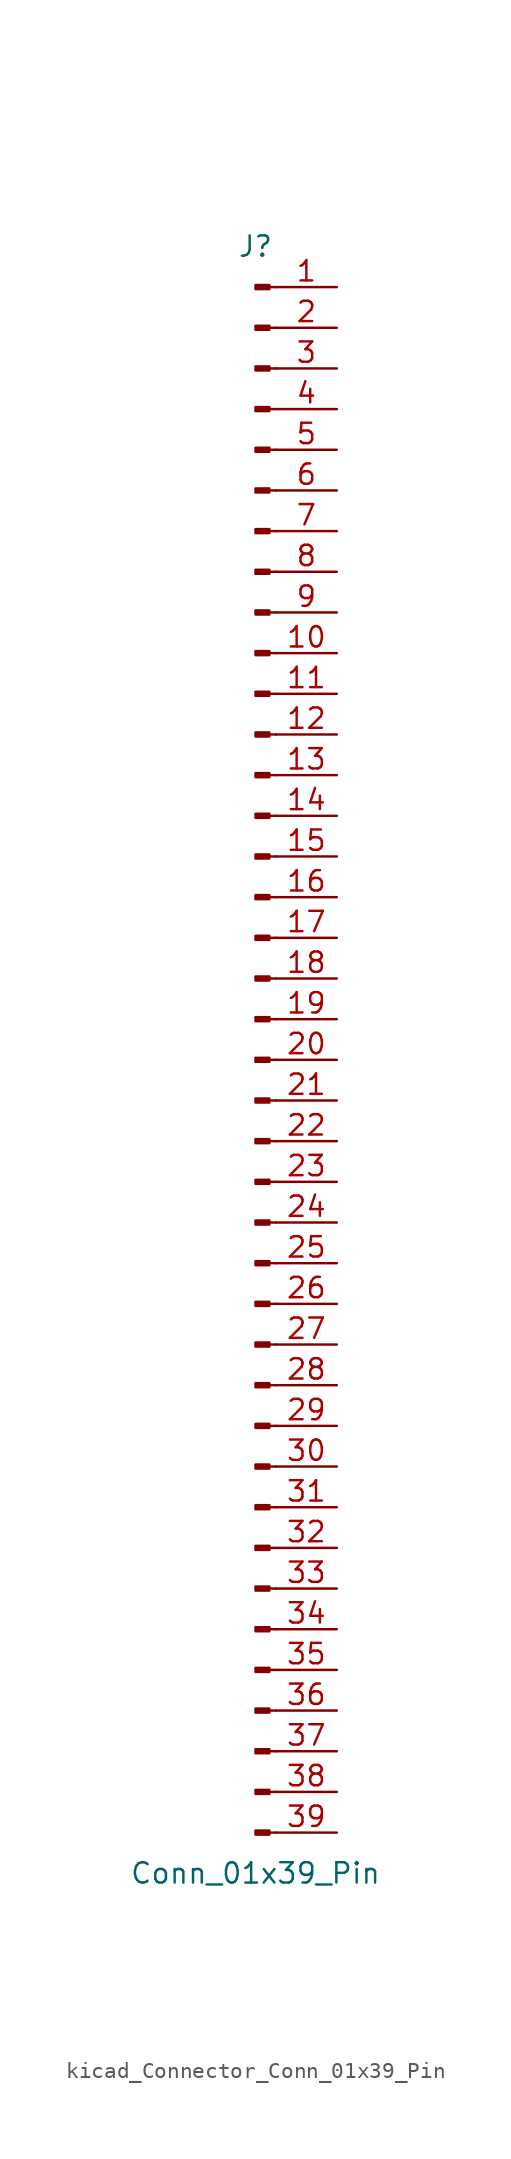
<source format=kicad_sym>
(kicad_symbol_lib
  (version 20220914)
  (generator kicad_symbol_editor)
  (symbol "kicad_Connector_Conn_01x39_Pin"
    (pin_names
      (offset 1.016) hide)
    (property "Reference" "J"
      (at 0 50.8 0)
      (effects (font (size 1.27 1.27))))
    (property "Value" "Conn_01x39_Pin"
      (at 0 -50.8 0)
      (effects (font (size 1.27 1.27))))
    (property "ki_locked" ""
      (at 0 0 0)
      (effects (font (size 1.27 1.27))))
    (symbol "kicad_Connector_Conn_01x39_Pin_1_1"
      (polyline (pts (xy 1.27 -48.26) (xy 0.864 -48.26)) (stroke (width 0.152) (type default)) (fill (type none)))
      (polyline (pts (xy 1.27 -45.72) (xy 0.864 -45.72)) (stroke (width 0.152) (type default)) (fill (type none)))
      (polyline (pts (xy 1.27 -43.18) (xy 0.864 -43.18)) (stroke (width 0.152) (type default)) (fill (type none)))
      (polyline (pts (xy 1.27 -40.64) (xy 0.864 -40.64)) (stroke (width 0.152) (type default)) (fill (type none)))
      (polyline (pts (xy 1.27 -38.1) (xy 0.864 -38.1)) (stroke (width 0.152) (type default)) (fill (type none)))
      (polyline (pts (xy 1.27 -35.56) (xy 0.864 -35.56)) (stroke (width 0.152) (type default)) (fill (type none)))
      (polyline (pts (xy 1.27 -33.02) (xy 0.864 -33.02)) (stroke (width 0.152) (type default)) (fill (type none)))
      (polyline (pts (xy 1.27 -30.48) (xy 0.864 -30.48)) (stroke (width 0.152) (type default)) (fill (type none)))
      (polyline (pts (xy 1.27 -27.94) (xy 0.864 -27.94)) (stroke (width 0.152) (type default)) (fill (type none)))
      (polyline (pts (xy 1.27 -25.4) (xy 0.864 -25.4)) (stroke (width 0.152) (type default)) (fill (type none)))
      (polyline (pts (xy 1.27 -22.86) (xy 0.864 -22.86)) (stroke (width 0.152) (type default)) (fill (type none)))
      (polyline (pts (xy 1.27 -20.32) (xy 0.864 -20.32)) (stroke (width 0.152) (type default)) (fill (type none)))
      (polyline (pts (xy 1.27 -17.78) (xy 0.864 -17.78)) (stroke (width 0.152) (type default)) (fill (type none)))
      (polyline (pts (xy 1.27 -15.24) (xy 0.864 -15.24)) (stroke (width 0.152) (type default)) (fill (type none)))
      (polyline (pts (xy 1.27 -12.7) (xy 0.864 -12.7)) (stroke (width 0.152) (type default)) (fill (type none)))
      (polyline (pts (xy 1.27 -10.16) (xy 0.864 -10.16)) (stroke (width 0.152) (type default)) (fill (type none)))
      (polyline (pts (xy 1.27 -7.62) (xy 0.864 -7.62)) (stroke (width 0.152) (type default)) (fill (type none)))
      (polyline (pts (xy 1.27 -5.08) (xy 0.864 -5.08)) (stroke (width 0.152) (type default)) (fill (type none)))
      (polyline (pts (xy 1.27 -2.54) (xy 0.864 -2.54)) (stroke (width 0.152) (type default)) (fill (type none)))
      (polyline (pts (xy 1.27 0) (xy 0.864 0)) (stroke (width 0.152) (type default)) (fill (type none)))
      (polyline (pts (xy 1.27 2.54) (xy 0.864 2.54)) (stroke (width 0.152) (type default)) (fill (type none)))
      (polyline (pts (xy 1.27 5.08) (xy 0.864 5.08)) (stroke (width 0.152) (type default)) (fill (type none)))
      (polyline (pts (xy 1.27 7.62) (xy 0.864 7.62)) (stroke (width 0.152) (type default)) (fill (type none)))
      (polyline (pts (xy 1.27 10.16) (xy 0.864 10.16)) (stroke (width 0.152) (type default)) (fill (type none)))
      (polyline (pts (xy 1.27 12.7) (xy 0.864 12.7)) (stroke (width 0.152) (type default)) (fill (type none)))
      (polyline (pts (xy 1.27 15.24) (xy 0.864 15.24)) (stroke (width 0.152) (type default)) (fill (type none)))
      (polyline (pts (xy 1.27 17.78) (xy 0.864 17.78)) (stroke (width 0.152) (type default)) (fill (type none)))
      (polyline (pts (xy 1.27 20.32) (xy 0.864 20.32)) (stroke (width 0.152) (type default)) (fill (type none)))
      (polyline (pts (xy 1.27 22.86) (xy 0.864 22.86)) (stroke (width 0.152) (type default)) (fill (type none)))
      (polyline (pts (xy 1.27 25.4) (xy 0.864 25.4)) (stroke (width 0.152) (type default)) (fill (type none)))
      (polyline (pts (xy 1.27 27.94) (xy 0.864 27.94)) (stroke (width 0.152) (type default)) (fill (type none)))
      (polyline (pts (xy 1.27 30.48) (xy 0.864 30.48)) (stroke (width 0.152) (type default)) (fill (type none)))
      (polyline (pts (xy 1.27 33.02) (xy 0.864 33.02)) (stroke (width 0.152) (type default)) (fill (type none)))
      (polyline (pts (xy 1.27 35.56) (xy 0.864 35.56)) (stroke (width 0.152) (type default)) (fill (type none)))
      (polyline (pts (xy 1.27 38.1) (xy 0.864 38.1)) (stroke (width 0.152) (type default)) (fill (type none)))
      (polyline (pts (xy 1.27 40.64) (xy 0.864 40.64)) (stroke (width 0.152) (type default)) (fill (type none)))
      (polyline (pts (xy 1.27 43.18) (xy 0.864 43.18)) (stroke (width 0.152) (type default)) (fill (type none)))
      (polyline (pts (xy 1.27 45.72) (xy 0.864 45.72)) (stroke (width 0.152) (type default)) (fill (type none)))
      (polyline (pts (xy 1.27 48.26) (xy 0.864 48.26)) (stroke (width 0.152) (type default)) (fill (type none)))
      (rectangle (start 0.864 -48.133) (end 0 -48.387) (stroke (width 0.152) (type default)) (fill (type outline)))
      (rectangle (start 0.864 -45.593) (end 0 -45.847) (stroke (width 0.152) (type default)) (fill (type outline)))
      (rectangle (start 0.864 -43.053) (end 0 -43.307) (stroke (width 0.152) (type default)) (fill (type outline)))
      (rectangle (start 0.864 -40.513) (end 0 -40.767) (stroke (width 0.152) (type default)) (fill (type outline)))
      (rectangle (start 0.864 -37.973) (end 0 -38.227) (stroke (width 0.152) (type default)) (fill (type outline)))
      (rectangle (start 0.864 -35.433) (end 0 -35.687) (stroke (width 0.152) (type default)) (fill (type outline)))
      (rectangle (start 0.864 -32.893) (end 0 -33.147) (stroke (width 0.152) (type default)) (fill (type outline)))
      (rectangle (start 0.864 -30.353) (end 0 -30.607) (stroke (width 0.152) (type default)) (fill (type outline)))
      (rectangle (start 0.864 -27.813) (end 0 -28.067) (stroke (width 0.152) (type default)) (fill (type outline)))
      (rectangle (start 0.864 -25.273) (end 0 -25.527) (stroke (width 0.152) (type default)) (fill (type outline)))
      (rectangle (start 0.864 -22.733) (end 0 -22.987) (stroke (width 0.152) (type default)) (fill (type outline)))
      (rectangle (start 0.864 -20.193) (end 0 -20.447) (stroke (width 0.152) (type default)) (fill (type outline)))
      (rectangle (start 0.864 -17.653) (end 0 -17.907) (stroke (width 0.152) (type default)) (fill (type outline)))
      (rectangle (start 0.864 -15.113) (end 0 -15.367) (stroke (width 0.152) (type default)) (fill (type outline)))
      (rectangle (start 0.864 -12.573) (end 0 -12.827) (stroke (width 0.152) (type default)) (fill (type outline)))
      (rectangle (start 0.864 -10.033) (end 0 -10.287) (stroke (width 0.152) (type default)) (fill (type outline)))
      (rectangle (start 0.864 -7.493) (end 0 -7.747) (stroke (width 0.152) (type default)) (fill (type outline)))
      (rectangle (start 0.864 -4.953) (end 0 -5.207) (stroke (width 0.152) (type default)) (fill (type outline)))
      (rectangle (start 0.864 -2.413) (end 0 -2.667) (stroke (width 0.152) (type default)) (fill (type outline)))
      (rectangle (start 0.864 0.127) (end 0 -0.127) (stroke (width 0.152) (type default)) (fill (type outline)))
      (rectangle (start 0.864 2.667) (end 0 2.413) (stroke (width 0.152) (type default)) (fill (type outline)))
      (rectangle (start 0.864 5.207) (end 0 4.953) (stroke (width 0.152) (type default)) (fill (type outline)))
      (rectangle (start 0.864 7.747) (end 0 7.493) (stroke (width 0.152) (type default)) (fill (type outline)))
      (rectangle (start 0.864 10.287) (end 0 10.033) (stroke (width 0.152) (type default)) (fill (type outline)))
      (rectangle (start 0.864 12.827) (end 0 12.573) (stroke (width 0.152) (type default)) (fill (type outline)))
      (rectangle (start 0.864 15.367) (end 0 15.113) (stroke (width 0.152) (type default)) (fill (type outline)))
      (rectangle (start 0.864 17.907) (end 0 17.653) (stroke (width 0.152) (type default)) (fill (type outline)))
      (rectangle (start 0.864 20.447) (end 0 20.193) (stroke (width 0.152) (type default)) (fill (type outline)))
      (rectangle (start 0.864 22.987) (end 0 22.733) (stroke (width 0.152) (type default)) (fill (type outline)))
      (rectangle (start 0.864 25.527) (end 0 25.273) (stroke (width 0.152) (type default)) (fill (type outline)))
      (rectangle (start 0.864 28.067) (end 0 27.813) (stroke (width 0.152) (type default)) (fill (type outline)))
      (rectangle (start 0.864 30.607) (end 0 30.353) (stroke (width 0.152) (type default)) (fill (type outline)))
      (rectangle (start 0.864 33.147) (end 0 32.893) (stroke (width 0.152) (type default)) (fill (type outline)))
      (rectangle (start 0.864 35.687) (end 0 35.433) (stroke (width 0.152) (type default)) (fill (type outline)))
      (rectangle (start 0.864 38.227) (end 0 37.973) (stroke (width 0.152) (type default)) (fill (type outline)))
      (rectangle (start 0.864 40.767) (end 0 40.513) (stroke (width 0.152) (type default)) (fill (type outline)))
      (rectangle (start 0.864 43.307) (end 0 43.053) (stroke (width 0.152) (type default)) (fill (type outline)))
      (rectangle (start 0.864 45.847) (end 0 45.593) (stroke (width 0.152) (type default)) (fill (type outline)))
      (rectangle (start 0.864 48.387) (end 0 48.133) (stroke (width 0.152) (type default)) (fill (type outline)))
      (pin passive line (at 5.08 48.26 180) (length 3.81) (name "Pin_1" (effects (font (size 1.27 1.27)))) (number "1" (effects (font (size 1.27 1.27)))))
      (pin passive line (at 5.08 25.4 180) (length 3.81) (name "Pin_10" (effects (font (size 1.27 1.27)))) (number "10" (effects (font (size 1.27 1.27)))))
      (pin passive line (at 5.08 22.86 180) (length 3.81) (name "Pin_11" (effects (font (size 1.27 1.27)))) (number "11" (effects (font (size 1.27 1.27)))))
      (pin passive line (at 5.08 20.32 180) (length 3.81) (name "Pin_12" (effects (font (size 1.27 1.27)))) (number "12" (effects (font (size 1.27 1.27)))))
      (pin passive line (at 5.08 17.78 180) (length 3.81) (name "Pin_13" (effects (font (size 1.27 1.27)))) (number "13" (effects (font (size 1.27 1.27)))))
      (pin passive line (at 5.08 15.24 180) (length 3.81) (name "Pin_14" (effects (font (size 1.27 1.27)))) (number "14" (effects (font (size 1.27 1.27)))))
      (pin passive line (at 5.08 12.7 180) (length 3.81) (name "Pin_15" (effects (font (size 1.27 1.27)))) (number "15" (effects (font (size 1.27 1.27)))))
      (pin passive line (at 5.08 10.16 180) (length 3.81) (name "Pin_16" (effects (font (size 1.27 1.27)))) (number "16" (effects (font (size 1.27 1.27)))))
      (pin passive line (at 5.08 7.62 180) (length 3.81) (name "Pin_17" (effects (font (size 1.27 1.27)))) (number "17" (effects (font (size 1.27 1.27)))))
      (pin passive line (at 5.08 5.08 180) (length 3.81) (name "Pin_18" (effects (font (size 1.27 1.27)))) (number "18" (effects (font (size 1.27 1.27)))))
      (pin passive line (at 5.08 2.54 180) (length 3.81) (name "Pin_19" (effects (font (size 1.27 1.27)))) (number "19" (effects (font (size 1.27 1.27)))))
      (pin passive line (at 5.08 45.72 180) (length 3.81) (name "Pin_2" (effects (font (size 1.27 1.27)))) (number "2" (effects (font (size 1.27 1.27)))))
      (pin passive line (at 5.08 0 180) (length 3.81) (name "Pin_20" (effects (font (size 1.27 1.27)))) (number "20" (effects (font (size 1.27 1.27)))))
      (pin passive line (at 5.08 -2.54 180) (length 3.81) (name "Pin_21" (effects (font (size 1.27 1.27)))) (number "21" (effects (font (size 1.27 1.27)))))
      (pin passive line (at 5.08 -5.08 180) (length 3.81) (name "Pin_22" (effects (font (size 1.27 1.27)))) (number "22" (effects (font (size 1.27 1.27)))))
      (pin passive line (at 5.08 -7.62 180) (length 3.81) (name "Pin_23" (effects (font (size 1.27 1.27)))) (number "23" (effects (font (size 1.27 1.27)))))
      (pin passive line (at 5.08 -10.16 180) (length 3.81) (name "Pin_24" (effects (font (size 1.27 1.27)))) (number "24" (effects (font (size 1.27 1.27)))))
      (pin passive line (at 5.08 -12.7 180) (length 3.81) (name "Pin_25" (effects (font (size 1.27 1.27)))) (number "25" (effects (font (size 1.27 1.27)))))
      (pin passive line (at 5.08 -15.24 180) (length 3.81) (name "Pin_26" (effects (font (size 1.27 1.27)))) (number "26" (effects (font (size 1.27 1.27)))))
      (pin passive line (at 5.08 -17.78 180) (length 3.81) (name "Pin_27" (effects (font (size 1.27 1.27)))) (number "27" (effects (font (size 1.27 1.27)))))
      (pin passive line (at 5.08 -20.32 180) (length 3.81) (name "Pin_28" (effects (font (size 1.27 1.27)))) (number "28" (effects (font (size 1.27 1.27)))))
      (pin passive line (at 5.08 -22.86 180) (length 3.81) (name "Pin_29" (effects (font (size 1.27 1.27)))) (number "29" (effects (font (size 1.27 1.27)))))
      (pin passive line (at 5.08 43.18 180) (length 3.81) (name "Pin_3" (effects (font (size 1.27 1.27)))) (number "3" (effects (font (size 1.27 1.27)))))
      (pin passive line (at 5.08 -25.4 180) (length 3.81) (name "Pin_30" (effects (font (size 1.27 1.27)))) (number "30" (effects (font (size 1.27 1.27)))))
      (pin passive line (at 5.08 -27.94 180) (length 3.81) (name "Pin_31" (effects (font (size 1.27 1.27)))) (number "31" (effects (font (size 1.27 1.27)))))
      (pin passive line (at 5.08 -30.48 180) (length 3.81) (name "Pin_32" (effects (font (size 1.27 1.27)))) (number "32" (effects (font (size 1.27 1.27)))))
      (pin passive line (at 5.08 -33.02 180) (length 3.81) (name "Pin_33" (effects (font (size 1.27 1.27)))) (number "33" (effects (font (size 1.27 1.27)))))
      (pin passive line (at 5.08 -35.56 180) (length 3.81) (name "Pin_34" (effects (font (size 1.27 1.27)))) (number "34" (effects (font (size 1.27 1.27)))))
      (pin passive line (at 5.08 -38.1 180) (length 3.81) (name "Pin_35" (effects (font (size 1.27 1.27)))) (number "35" (effects (font (size 1.27 1.27)))))
      (pin passive line (at 5.08 -40.64 180) (length 3.81) (name "Pin_36" (effects (font (size 1.27 1.27)))) (number "36" (effects (font (size 1.27 1.27)))))
      (pin passive line (at 5.08 -43.18 180) (length 3.81) (name "Pin_37" (effects (font (size 1.27 1.27)))) (number "37" (effects (font (size 1.27 1.27)))))
      (pin passive line (at 5.08 -45.72 180) (length 3.81) (name "Pin_38" (effects (font (size 1.27 1.27)))) (number "38" (effects (font (size 1.27 1.27)))))
      (pin passive line (at 5.08 -48.26 180) (length 3.81) (name "Pin_39" (effects (font (size 1.27 1.27)))) (number "39" (effects (font (size 1.27 1.27)))))
      (pin passive line (at 5.08 40.64 180) (length 3.81) (name "Pin_4" (effects (font (size 1.27 1.27)))) (number "4" (effects (font (size 1.27 1.27)))))
      (pin passive line (at 5.08 38.1 180) (length 3.81) (name "Pin_5" (effects (font (size 1.27 1.27)))) (number "5" (effects (font (size 1.27 1.27)))))
      (pin passive line (at 5.08 35.56 180) (length 3.81) (name "Pin_6" (effects (font (size 1.27 1.27)))) (number "6" (effects (font (size 1.27 1.27)))))
      (pin passive line (at 5.08 33.02 180) (length 3.81) (name "Pin_7" (effects (font (size 1.27 1.27)))) (number "7" (effects (font (size 1.27 1.27)))))
      (pin passive line (at 5.08 30.48 180) (length 3.81) (name "Pin_8" (effects (font (size 1.27 1.27)))) (number "8" (effects (font (size 1.27 1.27)))))
      (pin passive line (at 5.08 27.94 180) (length 3.81) (name "Pin_9" (effects (font (size 1.27 1.27)))) (number "9" (effects (font (size 1.27 1.27))))))))
</source>
